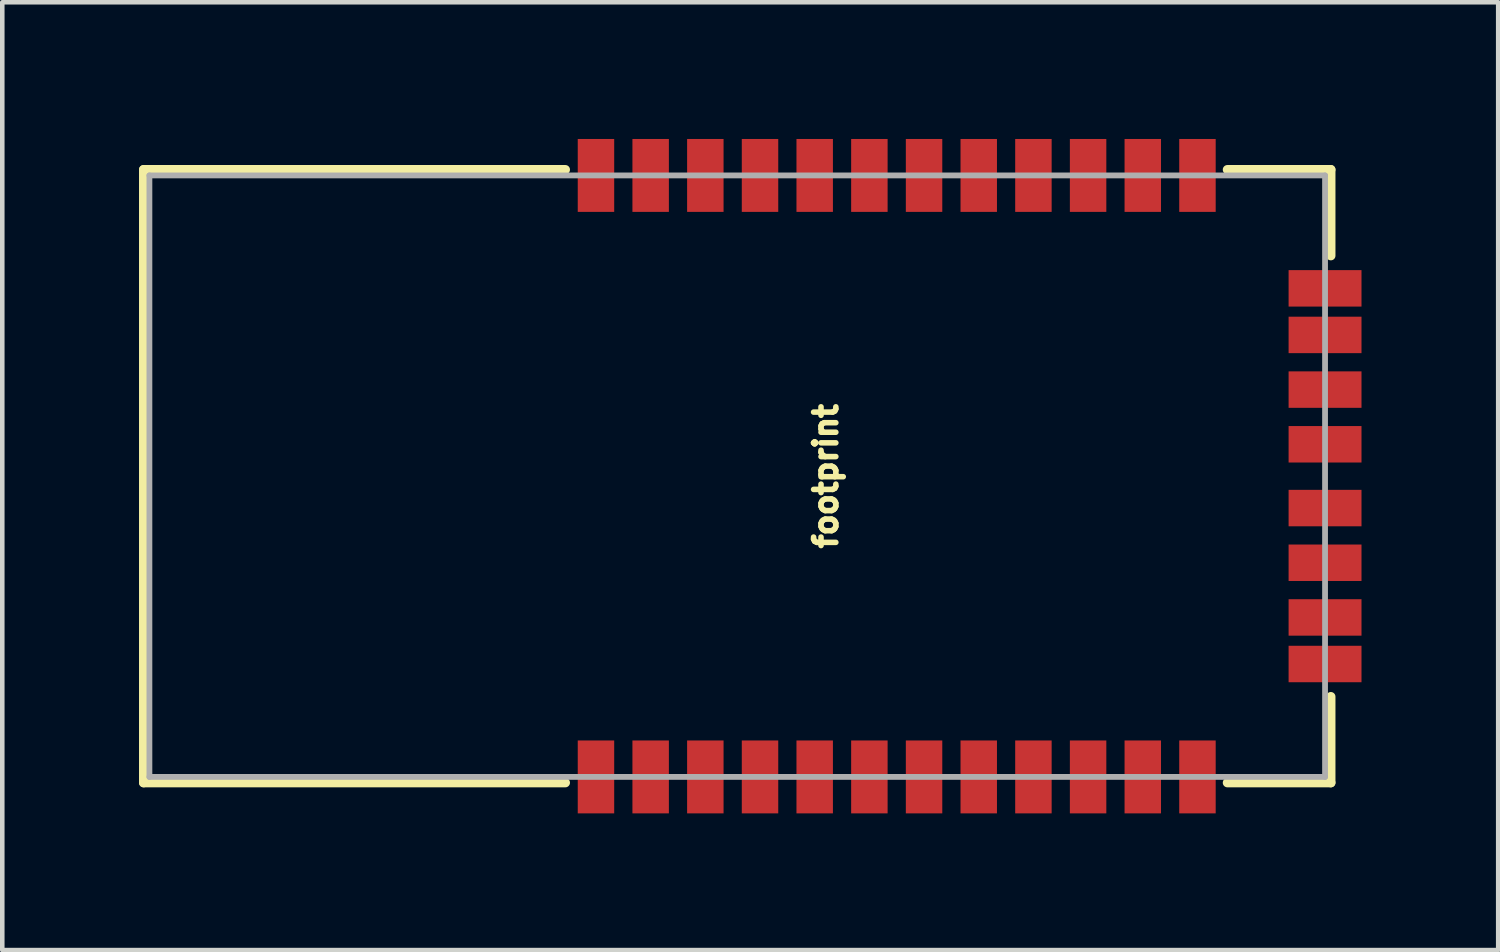
<source format=kicad_pcb>
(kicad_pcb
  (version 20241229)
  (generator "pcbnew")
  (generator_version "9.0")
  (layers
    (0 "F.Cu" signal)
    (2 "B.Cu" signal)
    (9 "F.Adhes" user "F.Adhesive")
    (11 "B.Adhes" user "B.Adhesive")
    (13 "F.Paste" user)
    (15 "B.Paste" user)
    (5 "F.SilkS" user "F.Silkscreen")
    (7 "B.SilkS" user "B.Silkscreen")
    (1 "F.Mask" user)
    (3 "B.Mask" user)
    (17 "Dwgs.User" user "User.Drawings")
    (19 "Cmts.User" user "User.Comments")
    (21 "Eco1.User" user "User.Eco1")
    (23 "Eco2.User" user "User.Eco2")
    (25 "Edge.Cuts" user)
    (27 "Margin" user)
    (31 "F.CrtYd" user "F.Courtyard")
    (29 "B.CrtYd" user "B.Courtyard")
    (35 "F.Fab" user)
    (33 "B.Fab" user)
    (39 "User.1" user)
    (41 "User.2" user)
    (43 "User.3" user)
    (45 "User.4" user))
  (footprint "footprint"
    (layer "F.Cu")
    (at 16.629 7.4)
    (property "Reference" "footprint" (at -1.27 0 90) (layer "F.SilkS") (effects (font (size 0.488 0.488) (thickness 0.122)) (justify bottom)))
    (fp_line (start -16.527 -6.727) (end -16.527 6.727) (stroke (width 0.203) (type solid)) (layer "F.SilkS"))
    (fp_line (start -16.527 -6.727) (end -7.272 -6.727) (stroke (width 0.203) (type solid)) (layer "F.SilkS"))
    (fp_line (start -16.527 6.727) (end -7.272 6.727) (stroke (width 0.203) (type solid)) (layer "F.SilkS"))
    (fp_line (start 9.527 -6.727) (end 7.257 -6.727) (stroke (width 0.203) (type solid)) (layer "F.SilkS"))
    (fp_line (start 9.527 -6.727) (end 9.527 -4.838) (stroke (width 0.203) (type solid)) (layer "F.SilkS"))
    (fp_line (start 9.527 6.727) (end 7.257 6.727) (stroke (width 0.203) (type solid)) (layer "F.SilkS"))
    (fp_line (start 9.527 6.727) (end 9.527 4.838) (stroke (width 0.203) (type solid)) (layer "F.SilkS"))
    (fp_line (start -16.4 -6.6) (end -16.4 6.6) (stroke (width 0.127) (type solid)) (layer "F.Fab"))
    (fp_line (start -16.4 6.6) (end 9.4 6.6) (stroke (width 0.127) (type solid)) (layer "F.Fab"))
    (fp_line (start 9.4 -6.6) (end -16.4 -6.6) (stroke (width 0.127) (type solid)) (layer "F.Fab"))
    (fp_line (start 9.4 6.6) (end 9.4 -6.6) (stroke (width 0.127) (type solid)) (layer "F.Fab"))
    (pad "1" smd rect (at -6.6 6.6 180) (size 0.8 1.6) (layers "F.Cu" "F.Mask" "F.Paste"))
    (pad "2" smd rect (at -5.4 6.6 180) (size 0.8 1.6) (layers "F.Cu" "F.Mask" "F.Paste"))
    (pad "3" smd rect (at -4.2 6.6 180) (size 0.8 1.6) (layers "F.Cu" "F.Mask" "F.Paste"))
    (pad "4" smd rect (at -3 6.6 180) (size 0.8 1.6) (layers "F.Cu" "F.Mask" "F.Paste"))
    (pad "5" smd rect (at -1.8 6.6 180) (size 0.8 1.6) (layers "F.Cu" "F.Mask" "F.Paste"))
    (pad "6" smd rect (at -0.6 6.6 180) (size 0.8 1.6) (layers "F.Cu" "F.Mask" "F.Paste"))
    (pad "7" smd rect (at 0.6 6.6 180) (size 0.8 1.6) (layers "F.Cu" "F.Mask" "F.Paste"))
    (pad "8" smd rect (at 1.8 6.6 180) (size 0.8 1.6) (layers "F.Cu" "F.Mask" "F.Paste"))
    (pad "9" smd rect (at 3 6.6 180) (size 0.8 1.6) (layers "F.Cu" "F.Mask" "F.Paste"))
    (pad "10" smd rect (at 4.2 6.6 180) (size 0.8 1.6) (layers "F.Cu" "F.Mask" "F.Paste"))
    (pad "11" smd rect (at 5.4 6.6 180) (size 0.8 1.6) (layers "F.Cu" "F.Mask" "F.Paste"))
    (pad "12" smd rect (at 6.6 6.6 180) (size 0.8 1.6) (layers "F.Cu" "F.Mask" "F.Paste"))
    (pad "13" smd rect (at 6.6 -6.6) (size 0.8 1.6) (layers "F.Cu" "F.Mask" "F.Paste"))
    (pad "14" smd rect (at 5.4 -6.6) (size 0.8 1.6) (layers "F.Cu" "F.Mask" "F.Paste"))
    (pad "15" smd rect (at 4.2 -6.6) (size 0.8 1.6) (layers "F.Cu" "F.Mask" "F.Paste"))
    (pad "16" smd rect (at 3 -6.6) (size 0.8 1.6) (layers "F.Cu" "F.Mask" "F.Paste"))
    (pad "17" smd rect (at 1.8 -6.6) (size 0.8 1.6) (layers "F.Cu" "F.Mask" "F.Paste"))
    (pad "18" smd rect (at 0.6 -6.6) (size 0.8 1.6) (layers "F.Cu" "F.Mask" "F.Paste"))
    (pad "19" smd rect (at -0.6 -6.6) (size 0.8 1.6) (layers "F.Cu" "F.Mask" "F.Paste"))
    (pad "20" smd rect (at -1.8 -6.6) (size 0.8 1.6) (layers "F.Cu" "F.Mask" "F.Paste"))
    (pad "21" smd rect (at -3 -6.6) (size 0.8 1.6) (layers "F.Cu" "F.Mask" "F.Paste"))
    (pad "22" smd rect (at -4.2 -6.6) (size 0.8 1.6) (layers "F.Cu" "F.Mask" "F.Paste"))
    (pad "23" smd rect (at -5.4 -6.6) (size 0.8 1.6) (layers "F.Cu" "F.Mask" "F.Paste"))
    (pad "24" smd rect (at -6.6 -6.6) (size 0.8 1.6) (layers "F.Cu" "F.Mask" "F.Paste"))
    (pad "28" smd rect (at 9.4 -3.1 90) (size 0.8 1.6) (layers "F.Cu" "F.Mask" "F.Paste"))
    (pad "29" smd rect (at 9.4 3.1 90) (size 0.8 1.6) (layers "F.Cu" "F.Mask" "F.Paste"))
    (pad "30" smd rect (at 9.4 -4.122 90) (size 0.8 1.6) (layers "F.Cu" "F.Mask" "F.Paste"))
    (pad "31" smd rect (at 9.4 -1.9 90) (size 0.8 1.6) (layers "F.Cu" "F.Mask" "F.Paste"))
    (pad "32" smd rect (at 9.4 -0.7 90) (size 0.8 1.6) (layers "F.Cu" "F.Mask" "F.Paste"))
    (pad "33" smd rect (at 9.4 0.7 90) (size 0.8 1.6) (layers "F.Cu" "F.Mask" "F.Paste"))
    (pad "34" smd rect (at 9.4 1.9 90) (size 0.8 1.6) (layers "F.Cu" "F.Mask" "F.Paste"))
    (pad "35" smd rect (at 9.4 4.122 90) (size 0.8 1.6) (layers "F.Cu" "F.Mask" "F.Paste")))
  (gr_rect
    (start -3 -3)
    (end 29.829 17.8)
    (stroke (width 0.1) (type default))
    (fill no)
    (layer "Edge.Cuts")))
</source>
